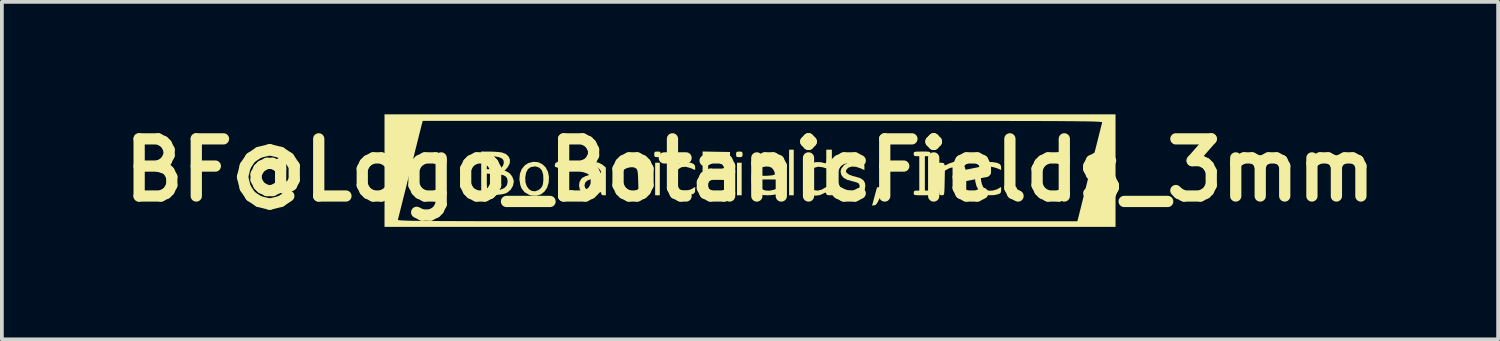
<source format=kicad_pcb>
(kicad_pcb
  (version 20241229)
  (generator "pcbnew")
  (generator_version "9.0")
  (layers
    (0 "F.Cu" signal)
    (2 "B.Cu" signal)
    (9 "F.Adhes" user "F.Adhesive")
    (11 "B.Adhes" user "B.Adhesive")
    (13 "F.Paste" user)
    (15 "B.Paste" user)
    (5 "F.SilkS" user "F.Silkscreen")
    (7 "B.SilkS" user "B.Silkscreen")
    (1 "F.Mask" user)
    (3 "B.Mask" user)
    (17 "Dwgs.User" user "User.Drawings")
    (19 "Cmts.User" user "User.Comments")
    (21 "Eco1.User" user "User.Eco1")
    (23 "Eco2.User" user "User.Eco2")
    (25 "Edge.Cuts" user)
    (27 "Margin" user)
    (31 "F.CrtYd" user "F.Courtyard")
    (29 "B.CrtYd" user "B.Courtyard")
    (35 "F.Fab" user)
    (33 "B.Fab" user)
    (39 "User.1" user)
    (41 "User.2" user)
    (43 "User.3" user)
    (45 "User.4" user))
  (footprint "BF@Logo_BotanicFields_3mm"
    (layer "F.Cu")
    (at 16.953 1.488)
    (property "Reference" "BF@Logo_BotanicFields_3mm" (at 0 0 0) (layer "F.SilkS") (effects (font (size 1.524 1.524) (thickness 0.3))))
    (attr board_only exclude_from_pos_files exclude_from_bom)
    (fp_poly (pts (xy -2.406 0.67) (xy -2.53 0.67) (xy -2.53 -0.198) (xy -2.406 -0.198)) (stroke (width 0) (type solid)) (fill yes) (layer "F.SilkS"))
    (fp_poly (pts (xy -0.223 0.67) (xy -0.347 0.67) (xy -0.347 -0.198) (xy -0.223 -0.198)) (stroke (width 0) (type solid)) (fill yes) (layer "F.SilkS"))
    (fp_poly (pts (xy 1.166 0.67) (xy 1.042 0.67) (xy 1.042 -0.546) (xy 1.166 -0.546)) (stroke (width 0) (type solid)) (fill yes) (layer "F.SilkS"))
    (fp_poly (pts (xy -0.533 -0.484) (xy -0.533 -0.36) (xy -1.116 -0.346) (xy -1.116 -0.025) (xy -0.62 -0.025) (xy -0.62 0.099) (xy -1.116 0.099) (xy -1.116 0.67) (xy -1.265 0.67) (xy -1.265 -0.497)) (stroke (width 0) (type solid)) (fill yes) (layer "F.SilkS"))
    (fp_poly (pts (xy -2.41 -0.492) (xy -2.386 -0.471) (xy -2.381 -0.422) (xy -2.386 -0.372) (xy -2.411 -0.351) (xy -2.468 -0.347) (xy -2.526 -0.351) (xy -2.55 -0.372) (xy -2.555 -0.422) (xy -2.55 -0.472) (xy -2.525 -0.492) (xy -2.468 -0.496)) (stroke (width 0) (type solid)) (fill yes) (layer "F.SilkS"))
    (fp_poly (pts (xy -0.227 -0.492) (xy -0.203 -0.471) (xy -0.198 -0.422) (xy -0.203 -0.372) (xy -0.228 -0.351) (xy -0.285 -0.347) (xy -0.344 -0.351) (xy -0.368 -0.372) (xy -0.372 -0.422) (xy -0.367 -0.472) (xy -0.343 -0.492) (xy -0.285 -0.496)) (stroke (width 0) (type solid)) (fill yes) (layer "F.SilkS"))
    (fp_poly (pts (xy 3.552 0.452) (xy 3.562 0.47) (xy 3.555 0.509) (xy 3.529 0.577) (xy 3.485 0.68) (xy 3.461 0.737) (xy 3.415 0.835) (xy 3.38 0.896) (xy 3.348 0.927) (xy 3.316 0.938) (xy 3.256 0.945) (xy 3.321 0.702) (xy 3.387 0.459) (xy 3.481 0.451) (xy 3.525 0.448)) (stroke (width 0) (type solid)) (fill yes) (layer "F.SilkS"))
    (fp_poly (pts (xy 7.085 0.449) (xy 7.111 0.465) (xy 7.118 0.508) (xy 7.119 0.558) (xy 7.117 0.627) (xy 7.105 0.659) (xy 7.071 0.669) (xy 7.032 0.67) (xy 6.979 0.667) (xy 6.954 0.651) (xy 6.946 0.608) (xy 6.945 0.558) (xy 6.947 0.49) (xy 6.96 0.457) (xy 6.993 0.447) (xy 7.032 0.446)) (stroke (width 0) (type solid)) (fill yes) (layer "F.SilkS"))
    (fp_poly (pts (xy -1.695 -0.215) (xy -1.58 -0.197) (xy -1.508 -0.168) (xy -1.471 -0.124) (xy -1.463 -0.076) (xy -1.463 -0.004) (xy -1.587 -0.056) (xy -1.715 -0.09) (xy -1.825 -0.08) (xy -1.913 -0.027) (xy -1.974 0.065) (xy -2.002 0.17) (xy -2.001 0.266) (xy -1.979 0.367) (xy -1.94 0.456) (xy -1.892 0.516) (xy -1.879 0.524) (xy -1.793 0.548) (xy -1.687 0.544) (xy -1.584 0.516) (xy -1.549 0.498) (xy -1.463 0.448) (xy -1.463 0.532) (xy -1.471 0.593) (xy -1.503 0.626) (xy -1.542 0.642) (xy -1.651 0.666) (xy -1.773 0.669) (xy -1.888 0.653) (xy -1.975 0.619) (xy -1.977 0.618) (xy -2.059 0.538) (xy -2.121 0.426) (xy -2.154 0.295) (xy -2.158 0.232) (xy -2.137 0.083) (xy -2.078 -0.042) (xy -1.987 -0.138) (xy -1.869 -0.198) (xy -1.73 -0.217)) (stroke (width 0) (type solid)) (fill yes) (layer "F.SilkS"))
    (fp_poly (pts (xy 6.466 -0.215) (xy 6.58 -0.197) (xy 6.653 -0.168) (xy 6.689 -0.124) (xy 6.697 -0.076) (xy 6.697 -0.004) (xy 6.574 -0.056) (xy 6.446 -0.09) (xy 6.336 -0.08) (xy 6.248 -0.027) (xy 6.186 0.065) (xy 6.159 0.17) (xy 6.16 0.266) (xy 6.182 0.367) (xy 6.22 0.456) (xy 6.269 0.516) (xy 6.281 0.524) (xy 6.368 0.548) (xy 6.474 0.544) (xy 6.577 0.516) (xy 6.612 0.498) (xy 6.697 0.448) (xy 6.697 0.532) (xy 6.69 0.593) (xy 6.658 0.626) (xy 6.619 0.642) (xy 6.51 0.666) (xy 6.388 0.669) (xy 6.273 0.653) (xy 6.185 0.619) (xy 6.184 0.618) (xy 6.101 0.538) (xy 6.04 0.426) (xy 6.007 0.295) (xy 6.003 0.232) (xy 6.024 0.083) (xy 6.083 -0.042) (xy 6.174 -0.138) (xy 6.292 -0.198) (xy 6.43 -0.217)) (stroke (width 0) (type solid)) (fill yes) (layer "F.SilkS"))
    (fp_poly (pts (xy 4.695 -0.496) (xy 4.76 -0.492) (xy 4.795 -0.484) (xy 4.809 -0.467) (xy 4.812 -0.44) (xy 4.812 -0.434) (xy 4.804 -0.39) (xy 4.77 -0.374) (xy 4.738 -0.372) (xy 4.663 -0.372) (xy 4.663 0.546) (xy 4.738 0.546) (xy 4.791 0.552) (xy 4.81 0.581) (xy 4.812 0.608) (xy 4.81 0.637) (xy 4.799 0.655) (xy 4.767 0.665) (xy 4.707 0.669) (xy 4.609 0.67) (xy 4.589 0.67) (xy 4.483 0.669) (xy 4.418 0.666) (xy 4.382 0.657) (xy 4.368 0.641) (xy 4.366 0.613) (xy 4.366 0.608) (xy 4.374 0.563) (xy 4.408 0.547) (xy 4.44 0.546) (xy 4.514 0.546) (xy 4.514 -0.372) (xy 4.44 -0.372) (xy 4.387 -0.379) (xy 4.367 -0.407) (xy 4.366 -0.434) (xy 4.367 -0.463) (xy 4.379 -0.482) (xy 4.41 -0.491) (xy 4.47 -0.495) (xy 4.569 -0.496) (xy 4.589 -0.496)) (stroke (width 0) (type solid)) (fill yes) (layer "F.SilkS"))
    (fp_poly (pts (xy -5.65 -0.212) (xy -5.539 -0.16) (xy -5.449 -0.072) (xy -5.388 0.047) (xy -5.363 0.174) (xy -5.37 0.333) (xy -5.412 0.468) (xy -5.484 0.574) (xy -5.581 0.647) (xy -5.698 0.683) (xy -5.83 0.676) (xy -5.891 0.658) (xy -6.008 0.592) (xy -6.091 0.49) (xy -6.125 0.403) (xy -6.151 0.244) (xy -6.146 0.196) (xy -5.995 0.196) (xy -5.989 0.325) (xy -5.953 0.431) (xy -5.894 0.509) (xy -5.818 0.555) (xy -5.731 0.564) (xy -5.641 0.531) (xy -5.582 0.484) (xy -5.546 0.436) (xy -5.524 0.376) (xy -5.513 0.285) (xy -5.511 0.265) (xy -5.516 0.119) (xy -5.551 0.008) (xy -5.615 -0.064) (xy -5.707 -0.097) (xy -5.739 -0.099) (xy -5.845 -0.082) (xy -5.922 -0.028) (xy -5.971 0.065) (xy -5.995 0.196) (xy -6.146 0.196) (xy -6.137 0.096) (xy -6.087 -0.031) (xy -6.004 -0.131) (xy -5.911 -0.189) (xy -5.777 -0.223)) (stroke (width 0) (type solid)) (fill yes) (layer "F.SilkS"))
    (fp_poly (pts (xy -2.975 -0.184) (xy -2.9 -0.115) (xy -2.875 -0.069) (xy -2.857 0.001) (xy -2.845 0.114) (xy -2.84 0.273) (xy -2.84 0.335) (xy -2.84 0.657) (xy -2.906 0.665) (xy -2.973 0.673) (xy -2.981 0.337) (xy -2.985 0.196) (xy -2.991 0.097) (xy -3 0.03) (xy -3.013 -0.013) (xy -3.03 -0.04) (xy -3.032 -0.041) (xy -3.097 -0.075) (xy -3.186 -0.079) (xy -3.283 -0.055) (xy -3.33 -0.032) (xy -3.411 0.015) (xy -3.418 0.342) (xy -3.421 0.475) (xy -3.424 0.566) (xy -3.43 0.623) (xy -3.44 0.654) (xy -3.454 0.667) (xy -3.476 0.67) (xy -3.482 0.67) (xy -3.533 0.663) (xy -3.555 0.653) (xy -3.561 0.624) (xy -3.566 0.554) (xy -3.569 0.451) (xy -3.571 0.324) (xy -3.572 0.219) (xy -3.572 -0.198) (xy -3.497 -0.198) (xy -3.438 -0.187) (xy -3.423 -0.161) (xy -3.42 -0.134) (xy -3.403 -0.128) (xy -3.363 -0.144) (xy -3.306 -0.174) (xy -3.188 -0.215) (xy -3.075 -0.218)) (stroke (width 0) (type solid)) (fill yes) (layer "F.SilkS"))
    (fp_poly (pts (xy 5.632 -0.184) (xy 5.708 -0.115) (xy 5.733 -0.069) (xy 5.75 0.001) (xy 5.762 0.114) (xy 5.767 0.273) (xy 5.767 0.335) (xy 5.767 0.657) (xy 5.701 0.665) (xy 5.635 0.673) (xy 5.626 0.337) (xy 5.622 0.196) (xy 5.616 0.097) (xy 5.607 0.03) (xy 5.595 -0.013) (xy 5.577 -0.04) (xy 5.575 -0.041) (xy 5.51 -0.075) (xy 5.421 -0.079) (xy 5.324 -0.055) (xy 5.278 -0.032) (xy 5.197 0.015) (xy 5.19 0.342) (xy 5.187 0.475) (xy 5.183 0.566) (xy 5.177 0.623) (xy 5.167 0.654) (xy 5.153 0.667) (xy 5.131 0.67) (xy 5.126 0.67) (xy 5.074 0.663) (xy 5.052 0.653) (xy 5.046 0.624) (xy 5.042 0.554) (xy 5.038 0.451) (xy 5.036 0.324) (xy 5.035 0.219) (xy 5.035 -0.198) (xy 5.11 -0.198) (xy 5.169 -0.187) (xy 5.184 -0.161) (xy 5.187 -0.134) (xy 5.204 -0.128) (xy 5.244 -0.144) (xy 5.302 -0.174) (xy 5.419 -0.215) (xy 5.533 -0.218)) (stroke (width 0) (type solid)) (fill yes) (layer "F.SilkS"))
    (fp_poly (pts (xy 2.183 0.67) (xy 2.108 0.67) (xy 2.049 0.659) (xy 2.034 0.633) (xy 2.023 0.6) (xy 1.987 0.605) (xy 1.946 0.629) (xy 1.86 0.666) (xy 1.753 0.68) (xy 1.649 0.668) (xy 1.645 0.667) (xy 1.552 0.617) (xy 1.483 0.533) (xy 1.439 0.425) (xy 1.42 0.305) (xy 1.57 0.305) (xy 1.605 0.427) (xy 1.641 0.483) (xy 1.709 0.532) (xy 1.8 0.546) (xy 1.901 0.523) (xy 1.953 0.496) (xy 2.034 0.447) (xy 2.034 -0.048) (xy 1.937 -0.077) (xy 1.815 -0.092) (xy 1.712 -0.063) (xy 1.633 0.006) (xy 1.583 0.113) (xy 1.575 0.156) (xy 1.57 0.305) (xy 1.42 0.305) (xy 1.419 0.302) (xy 1.424 0.174) (xy 1.453 0.051) (xy 1.506 -0.059) (xy 1.582 -0.146) (xy 1.657 -0.191) (xy 1.762 -0.215) (xy 1.883 -0.213) (xy 1.991 -0.186) (xy 2.013 -0.182) (xy 2.026 -0.197) (xy 2.032 -0.241) (xy 2.034 -0.323) (xy 2.034 -0.357) (xy 2.034 -0.546) (xy 2.183 -0.546)) (stroke (width 0) (type solid)) (fill yes) (layer "F.SilkS"))
    (fp_poly (pts (xy -5.012 -0.441) (xy -4.993 -0.417) (xy -4.983 -0.362) (xy -4.981 -0.329) (xy -4.973 -0.211) (xy -4.831 -0.203) (xy -4.75 -0.198) (xy -4.708 -0.187) (xy -4.691 -0.166) (xy -4.688 -0.135) (xy -4.691 -0.101) (xy -4.709 -0.083) (xy -4.753 -0.076) (xy -4.834 -0.074) (xy -4.837 -0.074) (xy -4.986 -0.074) (xy -4.985 0.167) (xy -4.982 0.311) (xy -4.972 0.411) (xy -4.95 0.477) (xy -4.913 0.514) (xy -4.858 0.531) (xy -4.805 0.533) (xy -4.734 0.535) (xy -4.7 0.547) (xy -4.689 0.575) (xy -4.688 0.602) (xy -4.691 0.64) (xy -4.706 0.66) (xy -4.747 0.668) (xy -4.825 0.669) (xy -4.831 0.669) (xy -4.916 0.663) (xy -4.985 0.65) (xy -5.013 0.638) (xy -5.053 0.598) (xy -5.081 0.545) (xy -5.098 0.47) (xy -5.107 0.364) (xy -5.11 0.218) (xy -5.11 0.212) (xy -5.11 0.089) (xy -5.113 0.008) (xy -5.119 -0.041) (xy -5.13 -0.065) (xy -5.147 -0.074) (xy -5.159 -0.074) (xy -5.199 -0.09) (xy -5.209 -0.134) (xy -5.19 -0.188) (xy -5.159 -0.206) (xy -5.128 -0.223) (xy -5.113 -0.264) (xy -5.11 -0.333) (xy -5.107 -0.402) (xy -5.095 -0.436) (xy -5.066 -0.446) (xy -5.049 -0.446)) (stroke (width 0) (type solid)) (fill yes) (layer "F.SilkS"))
    (fp_poly (pts (xy 2.908 -0.2) (xy 2.911 -0.199) (xy 2.989 -0.181) (xy 3.031 -0.163) (xy 3.048 -0.136) (xy 3.051 -0.09) (xy 3.051 -0.086) (xy 3.051 -0.002) (xy 2.946 -0.05) (xy 2.826 -0.089) (xy 2.718 -0.096) (xy 2.632 -0.071) (xy 2.604 -0.05) (xy 2.568 -0.005) (xy 2.555 0.025) (xy 2.578 0.074) (xy 2.643 0.12) (xy 2.742 0.157) (xy 2.802 0.171) (xy 2.932 0.209) (xy 3.018 0.263) (xy 3.064 0.336) (xy 3.075 0.414) (xy 3.063 0.505) (xy 3.021 0.571) (xy 2.941 0.625) (xy 2.934 0.629) (xy 2.855 0.653) (xy 2.748 0.666) (xy 2.631 0.666) (xy 2.525 0.654) (xy 2.474 0.641) (xy 2.426 0.614) (xy 2.408 0.568) (xy 2.406 0.531) (xy 2.406 0.445) (xy 2.511 0.5) (xy 2.606 0.535) (xy 2.709 0.553) (xy 2.805 0.551) (xy 2.876 0.531) (xy 2.888 0.523) (xy 2.92 0.469) (xy 2.923 0.404) (xy 2.895 0.352) (xy 2.894 0.351) (xy 2.853 0.331) (xy 2.781 0.308) (xy 2.727 0.295) (xy 2.593 0.258) (xy 2.501 0.208) (xy 2.445 0.143) (xy 2.429 0.107) (xy 2.415 0.03) (xy 2.435 -0.039) (xy 2.435 -0.04) (xy 2.508 -0.136) (xy 2.612 -0.195) (xy 2.747 -0.216)) (stroke (width 0) (type solid)) (fill yes) (layer "F.SilkS"))
    (fp_poly (pts (xy 0.556 -0.21) (xy 0.637 -0.175) (xy 0.719 -0.11) (xy 0.771 -0.027) (xy 0.802 0.087) (xy 0.806 0.118) (xy 0.823 0.248) (xy 0.167 0.248) (xy 0.183 0.329) (xy 0.224 0.428) (xy 0.3 0.5) (xy 0.402 0.541) (xy 0.522 0.548) (xy 0.651 0.519) (xy 0.701 0.498) (xy 0.794 0.453) (xy 0.794 0.531) (xy 0.786 0.589) (xy 0.753 0.622) (xy 0.711 0.64) (xy 0.642 0.656) (xy 0.546 0.667) (xy 0.467 0.67) (xy 0.362 0.665) (xy 0.288 0.648) (xy 0.225 0.615) (xy 0.223 0.614) (xy 0.131 0.54) (xy 0.074 0.463) (xy 0.045 0.367) (xy 0.037 0.238) (xy 0.04 0.135) (xy 0.042 0.122) (xy 0.174 0.122) (xy 0.196 0.137) (xy 0.255 0.146) (xy 0.338 0.151) (xy 0.431 0.15) (xy 0.523 0.145) (xy 0.6 0.136) (xy 0.649 0.123) (xy 0.66 0.114) (xy 0.658 0.062) (xy 0.629 -0.003) (xy 0.582 -0.06) (xy 0.573 -0.067) (xy 0.509 -0.092) (xy 0.423 -0.097) (xy 0.338 -0.082) (xy 0.282 -0.055) (xy 0.227 0.004) (xy 0.187 0.072) (xy 0.174 0.122) (xy 0.042 0.122) (xy 0.052 0.063) (xy 0.076 0.002) (xy 0.103 -0.041) (xy 0.193 -0.137) (xy 0.306 -0.199) (xy 0.431 -0.224)) (stroke (width 0) (type solid)) (fill yes) (layer "F.SilkS"))
    (fp_poly (pts (xy -4.047 -0.202) (xy -3.947 -0.154) (xy -3.92 -0.133) (xy -3.845 -0.07) (xy -3.845 0.67) (xy -3.907 0.67) (xy -3.956 0.658) (xy -3.969 0.621) (xy -3.971 0.591) (xy -3.987 0.586) (xy -4.028 0.607) (xy -4.049 0.62) (xy -4.166 0.668) (xy -4.288 0.683) (xy -4.397 0.664) (xy -4.407 0.659) (xy -4.488 0.599) (xy -4.54 0.512) (xy -4.56 0.413) (xy -4.56 0.412) (xy -4.415 0.412) (xy -4.394 0.477) (xy -4.338 0.522) (xy -4.257 0.544) (xy -4.164 0.54) (xy -4.069 0.508) (xy -4.048 0.496) (xy -3.998 0.461) (xy -3.976 0.424) (xy -3.972 0.367) (xy -3.974 0.328) (xy -3.981 0.211) (xy -4.093 0.219) (xy -4.238 0.239) (xy -4.339 0.277) (xy -4.397 0.335) (xy -4.415 0.412) (xy -4.56 0.412) (xy -4.547 0.314) (xy -4.498 0.229) (xy -4.473 0.206) (xy -4.387 0.159) (xy -4.269 0.123) (xy -4.136 0.102) (xy -4.067 0.099) (xy -3.996 0.091) (xy -3.97 0.062) (xy -3.987 0.012) (xy -4.016 -0.028) (xy -4.058 -0.066) (xy -4.115 -0.083) (xy -4.183 -0.086) (xy -4.28 -0.081) (xy -4.374 -0.069) (xy -4.399 -0.065) (xy -4.46 -0.053) (xy -4.485 -0.06) (xy -4.488 -0.093) (xy -4.485 -0.115) (xy -4.477 -0.154) (xy -4.457 -0.178) (xy -4.411 -0.194) (xy -4.329 -0.207) (xy -4.324 -0.208) (xy -4.169 -0.219)) (stroke (width 0) (type solid)) (fill yes) (layer "F.SilkS"))
    (fp_poly (pts (xy -6.952 -0.495) (xy -6.836 -0.492) (xy -6.725 -0.485) (xy -6.638 -0.475) (xy -6.624 -0.473) (xy -6.513 -0.432) (xy -6.439 -0.364) (xy -6.402 -0.277) (xy -6.408 -0.181) (xy -6.459 -0.083) (xy -6.472 -0.068) (xy -6.545 0.015) (xy -6.474 0.042) (xy -6.401 0.092) (xy -6.341 0.173) (xy -6.305 0.266) (xy -6.3 0.31) (xy -6.323 0.419) (xy -6.383 0.52) (xy -6.471 0.596) (xy -6.485 0.604) (xy -6.543 0.627) (xy -6.618 0.644) (xy -6.721 0.656) (xy -6.862 0.664) (xy -6.873 0.664) (xy -7.169 0.677) (xy -7.169 0.093) (xy -7.02 0.093) (xy -7.02 0.303) (xy -7.018 0.4) (xy -7.013 0.478) (xy -7.006 0.523) (xy -7.003 0.529) (xy -6.966 0.541) (xy -6.896 0.545) (xy -6.808 0.542) (xy -6.717 0.532) (xy -6.663 0.522) (xy -6.555 0.479) (xy -6.488 0.41) (xy -6.464 0.316) (xy -6.464 0.31) (xy -6.474 0.23) (xy -6.508 0.174) (xy -6.572 0.136) (xy -6.673 0.114) (xy -6.796 0.104) (xy -7.02 0.093) (xy -7.169 0.093) (xy -7.169 -0.025) (xy -7.022 -0.025) (xy -6.866 -0.025) (xy -6.772 -0.03) (xy -6.691 -0.043) (xy -6.649 -0.056) (xy -6.592 -0.111) (xy -6.566 -0.189) (xy -6.576 -0.266) (xy -6.616 -0.311) (xy -6.693 -0.346) (xy -6.795 -0.365) (xy -6.903 -0.367) (xy -7.007 -0.36) (xy -7.015 -0.192) (xy -7.022 -0.025) (xy -7.169 -0.025) (xy -7.169 -0.496)) (stroke (width 0) (type solid)) (fill yes) (layer "F.SilkS"))
    (fp_poly (pts (xy 9.748 1.513) (xy -9.748 1.513) (xy -9.748 1.321) (xy -9.391 1.321) (xy -9.391 1.325) (xy -9.386 1.328) (xy -9.376 1.332) (xy -9.358 1.335) (xy -9.332 1.338) (xy -9.295 1.34) (xy -9.247 1.343) (xy -9.185 1.345) (xy -9.109 1.348) (xy -9.017 1.35) (xy -8.907 1.351) (xy -8.778 1.353) (xy -8.628 1.355) (xy -8.456 1.356) (xy -8.261 1.357) (xy -8.04 1.358) (xy -7.793 1.359) (xy -7.518 1.36) (xy -7.213 1.361) (xy -6.877 1.362) (xy -6.509 1.362) (xy -6.106 1.363) (xy -5.668 1.363) (xy -5.193 1.363) (xy -4.68 1.364) (xy -4.126 1.364) (xy -3.531 1.364) (xy -2.893 1.364) (xy -2.211 1.364) (xy -1.483 1.364) (xy -0.707 1.364) (xy -0.337 1.364) (xy 8.729 1.364) (xy 8.754 1.271) (xy 8.765 1.229) (xy 8.786 1.144) (xy 8.817 1.021) (xy 8.856 0.864) (xy 8.902 0.68) (xy 8.954 0.473) (xy 9.01 0.248) (xy 9.07 0.01) (xy 9.078 -0.025) (xy 9.138 -0.262) (xy 9.193 -0.486) (xy 9.245 -0.691) (xy 9.29 -0.872) (xy 9.329 -1.025) (xy 9.359 -1.146) (xy 9.38 -1.229) (xy 9.391 -1.269) (xy 9.391 -1.271) (xy 9.391 -1.275) (xy 9.386 -1.279) (xy 9.376 -1.282) (xy 9.358 -1.285) (xy 9.332 -1.288) (xy 9.295 -1.291) (xy 9.247 -1.293) (xy 9.185 -1.296) (xy 9.109 -1.298) (xy 9.017 -1.3) (xy 8.907 -1.302) (xy 8.778 -1.303) (xy 8.628 -1.305) (xy 8.456 -1.306) (xy 8.261 -1.308) (xy 8.04 -1.309) (xy 7.793 -1.31) (xy 7.518 -1.311) (xy 7.213 -1.311) (xy 6.877 -1.312) (xy 6.509 -1.313) (xy 6.106 -1.313) (xy 5.668 -1.313) (xy 5.193 -1.314) (xy 4.68 -1.314) (xy 4.126 -1.314) (xy 3.531 -1.314) (xy 2.893 -1.315) (xy 2.211 -1.315) (xy 1.483 -1.315) (xy 0.707 -1.315) (xy 0.337 -1.315) (xy -8.729 -1.315) (xy -8.754 -1.222) (xy -8.765 -1.18) (xy -8.786 -1.094) (xy -8.817 -0.971) (xy -8.856 -0.815) (xy -8.902 -0.631) (xy -8.954 -0.423) (xy -9.01 -0.198) (xy -9.07 0.04) (xy -9.078 0.074) (xy -9.138 0.312) (xy -9.193 0.535) (xy -9.245 0.74) (xy -9.29 0.922) (xy -9.329 1.075) (xy -9.359 1.196) (xy -9.38 1.278) (xy -9.391 1.318) (xy -9.391 1.321) (xy -9.748 1.321) (xy -9.748 -1.488) (xy 9.748 -1.488)) (stroke (width 0) (type solid)) (fill yes) (layer "F.SilkS")))
  (gr_rect
    (start -3 -3)
    (end 36.905 6.001)
    (stroke (width 0.1) (type default))
    (fill no)
    (layer "Edge.Cuts")))
</source>
